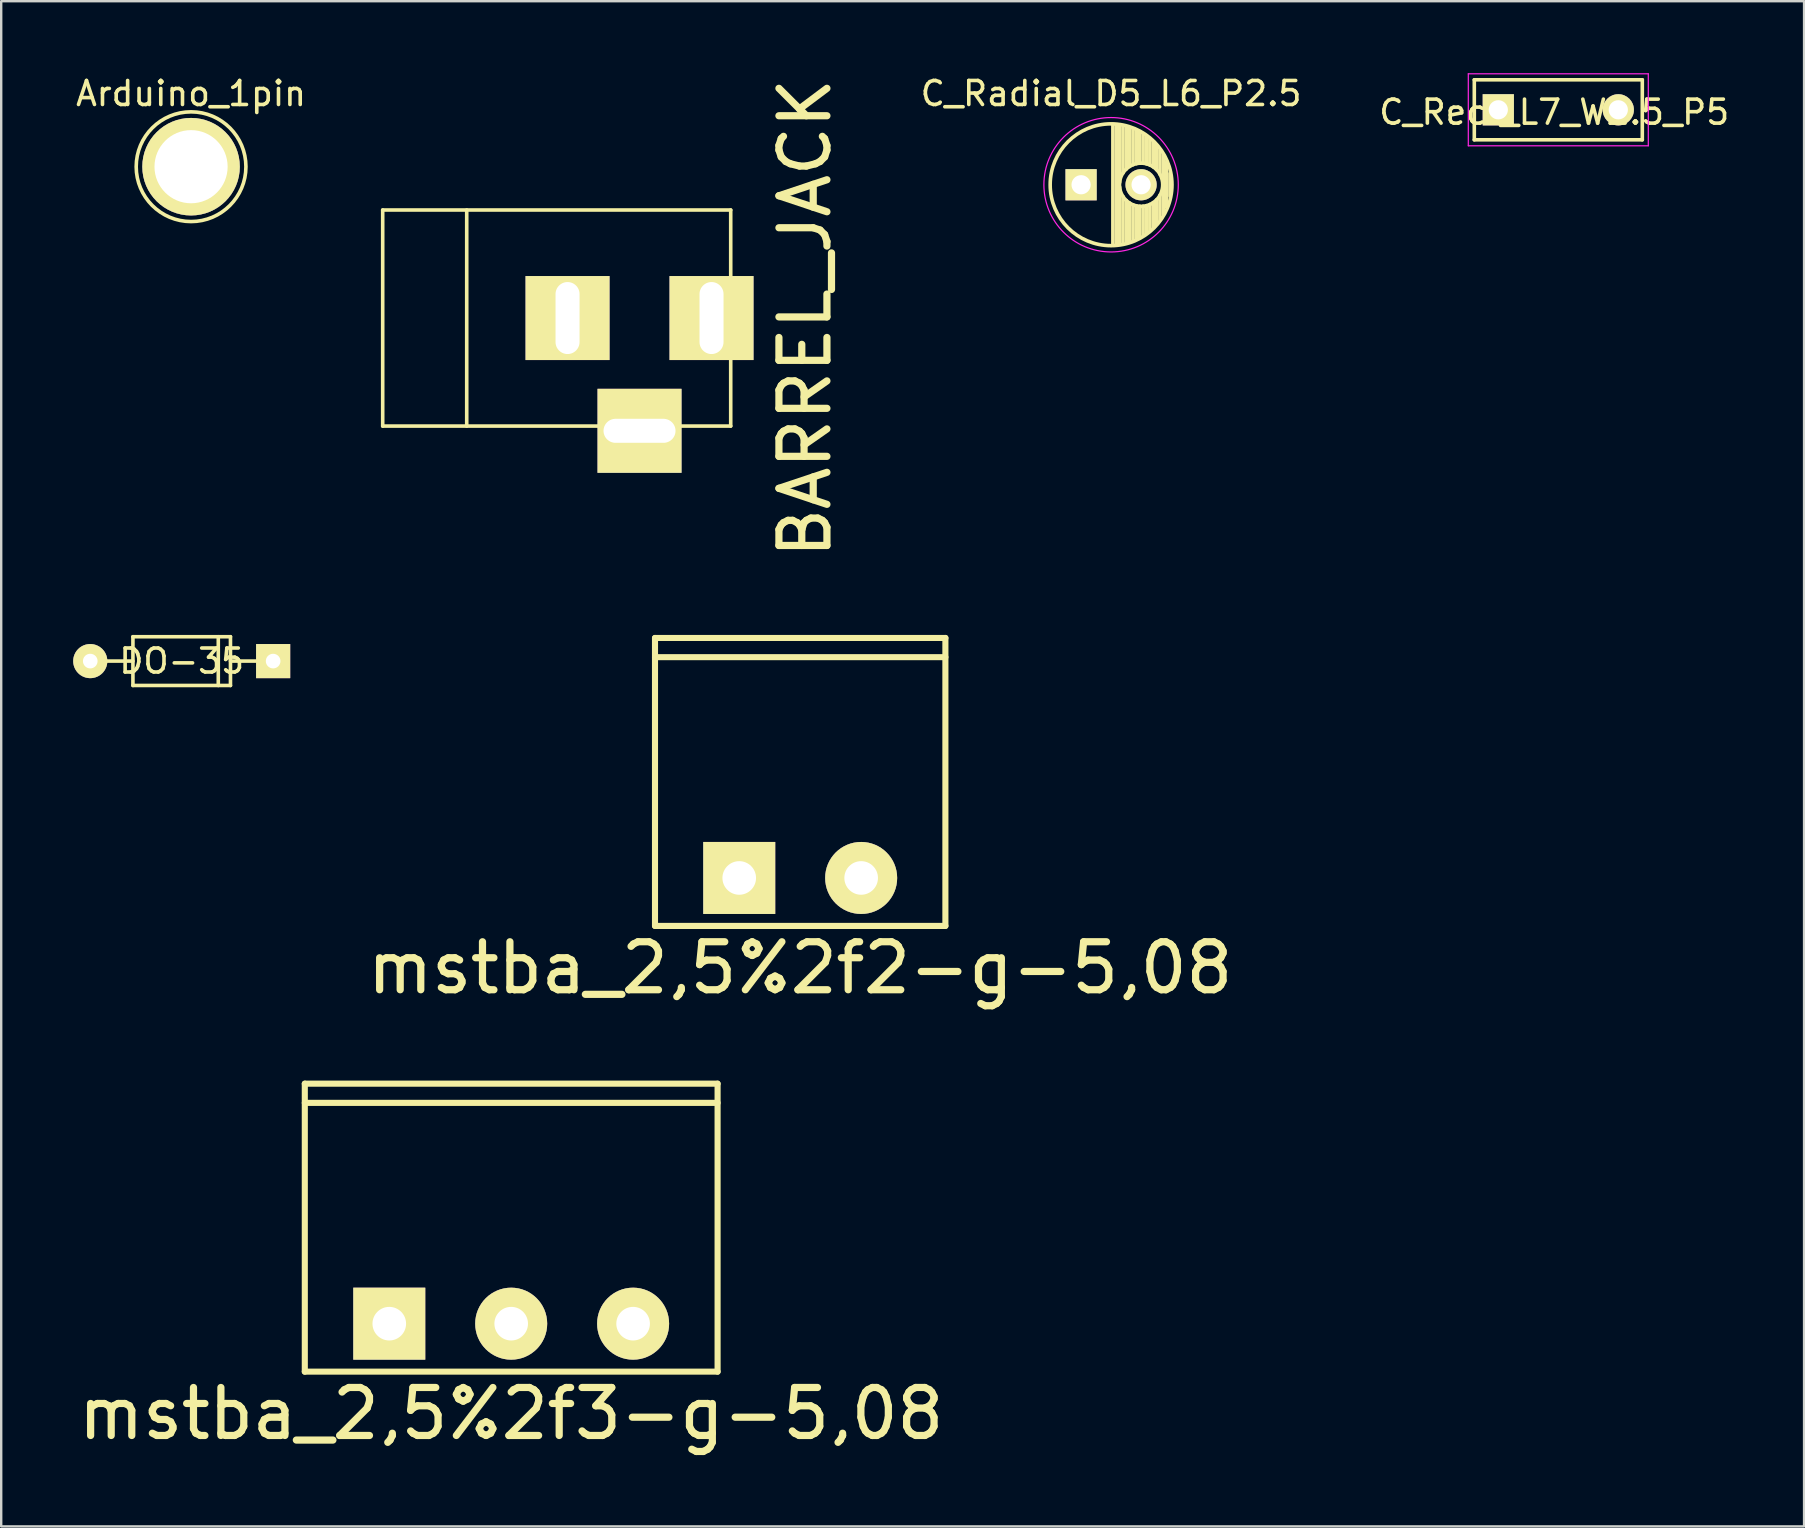
<source format=kicad_pcb>
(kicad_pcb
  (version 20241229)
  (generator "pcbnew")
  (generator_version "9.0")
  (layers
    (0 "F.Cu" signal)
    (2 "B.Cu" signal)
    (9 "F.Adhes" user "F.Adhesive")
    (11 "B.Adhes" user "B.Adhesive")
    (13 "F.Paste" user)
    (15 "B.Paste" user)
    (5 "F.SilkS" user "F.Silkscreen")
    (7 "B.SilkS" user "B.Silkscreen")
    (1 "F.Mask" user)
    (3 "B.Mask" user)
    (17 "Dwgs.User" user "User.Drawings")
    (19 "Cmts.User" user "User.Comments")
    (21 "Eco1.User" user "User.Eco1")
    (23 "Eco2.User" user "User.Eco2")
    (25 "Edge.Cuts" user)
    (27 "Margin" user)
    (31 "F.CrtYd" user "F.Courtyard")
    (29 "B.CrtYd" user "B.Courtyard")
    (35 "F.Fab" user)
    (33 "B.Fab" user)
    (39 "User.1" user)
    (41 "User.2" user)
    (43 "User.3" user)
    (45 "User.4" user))
  (footprint "Arduino_1pin"
    (layer "F.Cu")
    (at 4.911 3.896)
    (property "Reference" "Arduino_1pin" (at 0 -3.048 0) (layer "F.SilkS") (effects (font (size 1 1) (thickness 0.15))))
    (attr through_hole)
    (fp_circle (center 0 0) (end 0 -2.286) (stroke (width 0.15) (type solid)) (fill no) (layer "F.SilkS"))
    (pad "1" thru_hole circle (at 0 0) (size 4.064 4.064) (drill 3.048) (layers "*.Cu" "*.Mask" "F.SilkS")))
  (footprint "DO-35"
    (layer "F.Cu")
    (at 4.521 24.496)
    (property "Reference" "DO-35" (at 0 0 0) (layer "F.SilkS") (effects (font (size 1 1) (thickness 0.15))))
    (attr through_hole)
    (fp_line (start -2.032 -1.016) (end -2.032 1.016) (stroke (width 0.15) (type solid)) (layer "F.SilkS"))
    (fp_line (start -2.032 0) (end -3.81 0) (stroke (width 0.15) (type solid)) (layer "F.SilkS"))
    (fp_line (start -2.032 1.016) (end 2.032 1.016) (stroke (width 0.15) (type solid)) (layer "F.SilkS"))
    (fp_line (start 1.524 -1.016) (end 1.524 1.016) (stroke (width 0.15) (type solid)) (layer "F.SilkS"))
    (fp_line (start 2.032 -1.016) (end -2.032 -1.016) (stroke (width 0.15) (type solid)) (layer "F.SilkS"))
    (fp_line (start 2.032 0) (end 3.81 0) (stroke (width 0.15) (type solid)) (layer "F.SilkS"))
    (fp_line (start 2.032 1.016) (end 2.032 -1.016) (stroke (width 0.15) (type solid)) (layer "F.SilkS"))
    (pad "1" thru_hole rect (at 3.81 0) (size 1.422 1.422) (drill 0.61) (layers "*.Cu" "*.Mask" "F.SilkS"))
    (pad "2" thru_hole circle (at -3.81 0) (size 1.422 1.422) (drill 0.61) (layers "*.Cu" "*.Mask" "F.SilkS")))
  (footprint "BARREL_JACK"
    (layer "F.Cu")
    (at 20.397 10.202)
    (property "Reference" "BARREL_JACK" (at 10.099 0 90) (layer "F.SilkS") (effects (font (size 2 2) (thickness 0.3))))
    (attr through_hole)
    (fp_line (start -7.501 -4.501) (end -7.501 4.501) (stroke (width 0.15) (type solid)) (layer "F.SilkS"))
    (fp_line (start -7.501 4.501) (end 7 4.501) (stroke (width 0.15) (type solid)) (layer "F.SilkS"))
    (fp_line (start -4 -4.501) (end -4 4.501) (stroke (width 0.15) (type solid)) (layer "F.SilkS"))
    (fp_line (start 7 -4.501) (end -7.501 -4.501) (stroke (width 0.15) (type solid)) (layer "F.SilkS"))
    (fp_line (start 7 4.501) (end 7 -4.501) (stroke (width 0.15) (type solid)) (layer "F.SilkS"))
    (pad "1" thru_hole rect (at 6.2 0) (size 3.5 3.5) (drill oval 1.001 3) (layers "*.Cu" "*.Mask" "F.SilkS"))
    (pad "2" thru_hole rect (at 0.201 0) (size 3.5 3.5) (drill oval 1.001 3) (layers "*.Cu" "*.Mask" "F.SilkS"))
    (pad "3" thru_hole rect (at 3.2 4.699) (size 3.5 3.5) (drill oval 3 1.001) (layers "*.Cu" "*.Mask" "F.SilkS")))
  (footprint "mstba_2,5%2f2-g-5,08"
    (layer "F.Cu")
    (at 30.292 33.532)
    (property "Reference" "mstba_2,5%2f2-g-5,08" (at 0 3.749 0) (layer "F.SilkS") (effects (font (size 2 2) (thickness 0.3))))
    (attr through_hole)
    (fp_line (start -6.05 -9.2) (end 6.05 -9.2) (stroke (width 0.254) (type solid)) (layer "F.SilkS"))
    (fp_line (start -6.05 1.999) (end -6.05 -10) (stroke (width 0.254) (type solid)) (layer "F.SilkS"))
    (fp_line (start 6.05 -10) (end -6.05 -10) (stroke (width 0.254) (type solid)) (layer "F.SilkS"))
    (fp_line (start 6.05 1.999) (end -6.05 1.999) (stroke (width 0.254) (type solid)) (layer "F.SilkS"))
    (fp_line (start 6.05 1.999) (end 6.05 -10) (stroke (width 0.254) (type solid)) (layer "F.SilkS"))
    (pad "1" thru_hole rect (at -2.54 0) (size 3 3) (drill 1.4) (layers "*.Cu" "*.Mask" "F.SilkS"))
    (pad "2" thru_hole circle (at 2.54 0) (size 3 3) (drill 1.4) (layers "*.Cu" "*.Mask" "F.SilkS")))
  (footprint "C_Rect_L7_W2.5_P5"
    (layer "F.Cu")
    (at 59.38 1.525)
    (property "Reference" "C_Rect_L7_W2.5_P5" (at 2.33 0.1 0) (layer "F.SilkS") (effects (font (size 1 1) (thickness 0.15))))
    (attr through_hole)
    (fp_line (start -1 -1.25) (end 6 -1.25) (stroke (width 0.15) (type solid)) (layer "F.SilkS"))
    (fp_line (start -1 1.25) (end -1 -1.25) (stroke (width 0.15) (type solid)) (layer "F.SilkS"))
    (fp_line (start 6 -1.25) (end 6 1.25) (stroke (width 0.15) (type solid)) (layer "F.SilkS"))
    (fp_line (start 6 1.25) (end -1 1.25) (stroke (width 0.15) (type solid)) (layer "F.SilkS"))
    (fp_line (start -1.25 -1.5) (end 6.25 -1.5) (stroke (width 0.05) (type solid)) (layer "F.CrtYd"))
    (fp_line (start -1.25 1.5) (end -1.25 -1.5) (stroke (width 0.05) (type solid)) (layer "F.CrtYd"))
    (fp_line (start 6.25 -1.5) (end 6.25 1.5) (stroke (width 0.05) (type solid)) (layer "F.CrtYd"))
    (fp_line (start 6.25 1.5) (end -1.25 1.5) (stroke (width 0.05) (type solid)) (layer "F.CrtYd"))
    (pad "1" thru_hole rect (at 0 0) (size 1.3 1.3) (drill 0.8) (layers "*.Cu" "*.Mask" "F.SilkS"))
    (pad "2" thru_hole circle (at 5 0) (size 1.3 1.3) (drill 0.8) (layers "*.Cu" "*.Mask" "F.SilkS")))
  (footprint "C_Radial_D5_L6_P2.5"
    (layer "F.Cu")
    (at 41.996 4.648)
    (property "Reference" "C_Radial_D5_L6_P2.5" (at 1.25 -3.8 0) (layer "F.SilkS") (effects (font (size 1 1) (thickness 0.15))))
    (attr through_hole)
    (fp_line (start 1.325 -2.499) (end 1.325 2.499) (stroke (width 0.15) (type solid)) (layer "F.SilkS"))
    (fp_line (start 1.465 -2.491) (end 1.465 2.491) (stroke (width 0.15) (type solid)) (layer "F.SilkS"))
    (fp_line (start 1.605 -2.475) (end 1.605 -0.095) (stroke (width 0.15) (type solid)) (layer "F.SilkS"))
    (fp_line (start 1.605 0.095) (end 1.605 2.475) (stroke (width 0.15) (type solid)) (layer "F.SilkS"))
    (fp_line (start 1.745 -2.451) (end 1.745 -0.49) (stroke (width 0.15) (type solid)) (layer "F.SilkS"))
    (fp_line (start 1.745 0.49) (end 1.745 2.451) (stroke (width 0.15) (type solid)) (layer "F.SilkS"))
    (fp_line (start 1.885 -2.418) (end 1.885 -0.657) (stroke (width 0.15) (type solid)) (layer "F.SilkS"))
    (fp_line (start 1.885 0.657) (end 1.885 2.418) (stroke (width 0.15) (type solid)) (layer "F.SilkS"))
    (fp_line (start 2.025 -2.377) (end 2.025 -0.764) (stroke (width 0.15) (type solid)) (layer "F.SilkS"))
    (fp_line (start 2.025 0.764) (end 2.025 2.377) (stroke (width 0.15) (type solid)) (layer "F.SilkS"))
    (fp_line (start 2.165 -2.327) (end 2.165 -0.835) (stroke (width 0.15) (type solid)) (layer "F.SilkS"))
    (fp_line (start 2.165 0.835) (end 2.165 2.327) (stroke (width 0.15) (type solid)) (layer "F.SilkS"))
    (fp_line (start 2.305 -2.266) (end 2.305 -0.879) (stroke (width 0.15) (type solid)) (layer "F.SilkS"))
    (fp_line (start 2.305 0.879) (end 2.305 2.266) (stroke (width 0.15) (type solid)) (layer "F.SilkS"))
    (fp_line (start 2.445 -2.196) (end 2.445 -0.898) (stroke (width 0.15) (type solid)) (layer "F.SilkS"))
    (fp_line (start 2.445 0.898) (end 2.445 2.196) (stroke (width 0.15) (type solid)) (layer "F.SilkS"))
    (fp_line (start 2.585 -2.114) (end 2.585 -0.896) (stroke (width 0.15) (type solid)) (layer "F.SilkS"))
    (fp_line (start 2.585 0.896) (end 2.585 2.114) (stroke (width 0.15) (type solid)) (layer "F.SilkS"))
    (fp_line (start 2.725 -2.019) (end 2.725 -0.871) (stroke (width 0.15) (type solid)) (layer "F.SilkS"))
    (fp_line (start 2.725 0.871) (end 2.725 2.019) (stroke (width 0.15) (type solid)) (layer "F.SilkS"))
    (fp_line (start 2.865 -1.908) (end 2.865 -0.823) (stroke (width 0.15) (type solid)) (layer "F.SilkS"))
    (fp_line (start 2.865 0.823) (end 2.865 1.908) (stroke (width 0.15) (type solid)) (layer "F.SilkS"))
    (fp_line (start 3.005 -1.78) (end 3.005 -0.745) (stroke (width 0.15) (type solid)) (layer "F.SilkS"))
    (fp_line (start 3.005 0.745) (end 3.005 1.78) (stroke (width 0.15) (type solid)) (layer "F.SilkS"))
    (fp_line (start 3.145 -1.631) (end 3.145 -0.628) (stroke (width 0.15) (type solid)) (layer "F.SilkS"))
    (fp_line (start 3.145 0.628) (end 3.145 1.631) (stroke (width 0.15) (type solid)) (layer "F.SilkS"))
    (fp_line (start 3.285 -1.452) (end 3.285 -0.44) (stroke (width 0.15) (type solid)) (layer "F.SilkS"))
    (fp_line (start 3.285 0.44) (end 3.285 1.452) (stroke (width 0.15) (type solid)) (layer "F.SilkS"))
    (fp_line (start 3.425 -1.233) (end 3.425 1.233) (stroke (width 0.15) (type solid)) (layer "F.SilkS"))
    (fp_line (start 3.565 -0.944) (end 3.565 0.944) (stroke (width 0.15) (type solid)) (layer "F.SilkS"))
    (fp_line (start 3.705 -0.472) (end 3.705 0.472) (stroke (width 0.15) (type solid)) (layer "F.SilkS"))
    (fp_circle (center 1.25 0) (end 1.25 -2.538) (stroke (width 0.15) (type solid)) (fill no) (layer "F.SilkS"))
    (fp_circle (center 2.5 0) (end 2.5 -0.9) (stroke (width 0.15) (type solid)) (fill no) (layer "F.SilkS"))
    (fp_circle (center 1.25 0) (end 1.25 -2.8) (stroke (width 0.05) (type solid)) (fill no) (layer "F.CrtYd"))
    (pad "1" thru_hole rect (at 0 0) (size 1.3 1.3) (drill 0.8) (layers "*.Cu" "*.Mask" "F.SilkS"))
    (pad "2" thru_hole circle (at 2.5 0) (size 1.3 1.3) (drill 0.8) (layers "*.Cu" "*.Mask" "F.SilkS")))
  (footprint "mstba_2,5%2f3-g-5,08"
    (layer "F.Cu")
    (at 18.25 52.104)
    (property "Reference" "mstba_2,5%2f3-g-5,08" (at 0 3.749 0) (layer "F.SilkS") (effects (font (size 2 2) (thickness 0.3))))
    (attr through_hole)
    (fp_line (start -8.6 -9.2) (end 8.6 -9.2) (stroke (width 0.254) (type solid)) (layer "F.SilkS"))
    (fp_line (start -8.6 1.999) (end -8.6 -10) (stroke (width 0.254) (type solid)) (layer "F.SilkS"))
    (fp_line (start -8.6 1.999) (end 8.6 1.999) (stroke (width 0.254) (type solid)) (layer "F.SilkS"))
    (fp_line (start 8.6 -10) (end -8.6 -10) (stroke (width 0.254) (type solid)) (layer "F.SilkS"))
    (fp_line (start 8.6 1.999) (end 8.6 -10) (stroke (width 0.254) (type solid)) (layer "F.SilkS"))
    (pad "1" thru_hole rect (at -5.08 0) (size 3 3) (drill 1.4) (layers "*.Cu" "*.Mask" "F.SilkS"))
    (pad "2" thru_hole circle (at 0 0) (size 3 3) (drill 1.4) (layers "*.Cu" "*.Mask" "F.SilkS"))
    (pad "3" thru_hole circle (at 5.08 0) (size 3 3) (drill 1.4) (layers "*.Cu" "*.Mask" "F.SilkS")))
  (gr_rect
    (start -3 -3)
    (end 72.121 60.55)
    (stroke (width 0.1) (type default))
    (fill no)
    (layer "Edge.Cuts")))
</source>
